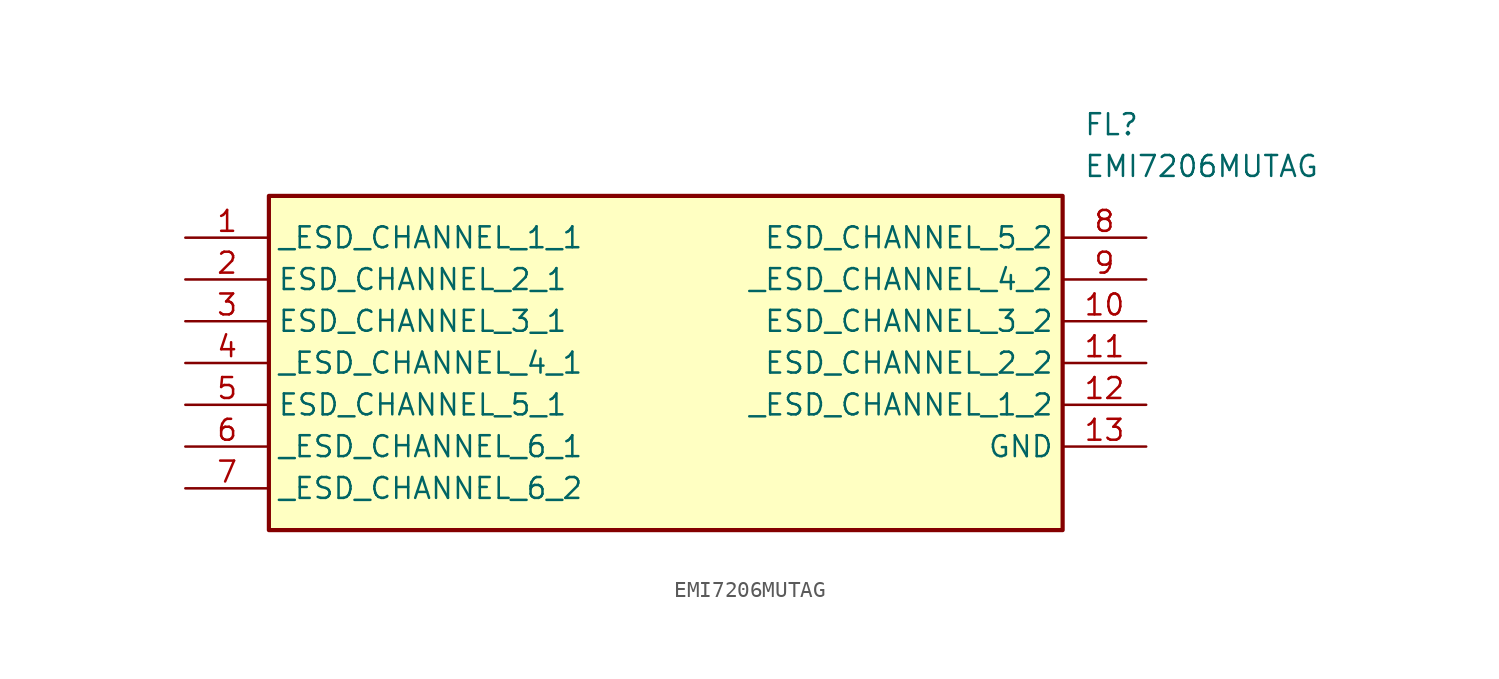
<source format=kicad_sym>
(kicad_symbol_lib
  (version 20211014)
  (generator SamacSys_ECAD_Model)
  (symbol "EMI7206MUTAG"
    (property "Reference" "FL"
      (at 54.61 7.62 0)
      (effects (font (size 1.27 1.27)) (justify left top)))
    (property "Value" "EMI7206MUTAG"
      (at 54.61 5.08 0)
      (effects (font (size 1.27 1.27)) (justify left top)))
    (rectangle
      (start 5.08 2.54)
      (end 53.34 -17.78)
      (stroke (width 0.254) (type default))
      (fill (type background)))
    (pin passive line
      (at 0 0 0)
      (length 5.08)
      (name "_ESD_CHANNEL_1_1" (effects (font (size 1.27 1.27))))
      (number "1" (effects (font (size 1.27 1.27)))))
    (pin passive line
      (at 0 -2.54 0)
      (length 5.08)
      (name "ESD_CHANNEL_2_1" (effects (font (size 1.27 1.27))))
      (number "2" (effects (font (size 1.27 1.27)))))
    (pin passive line
      (at 0 -5.08 0)
      (length 5.08)
      (name "ESD_CHANNEL_3_1" (effects (font (size 1.27 1.27))))
      (number "3" (effects (font (size 1.27 1.27)))))
    (pin passive line
      (at 0 -7.62 0)
      (length 5.08)
      (name "_ESD_CHANNEL_4_1" (effects (font (size 1.27 1.27))))
      (number "4" (effects (font (size 1.27 1.27)))))
    (pin passive line
      (at 0 -10.16 0)
      (length 5.08)
      (name "ESD_CHANNEL_5_1" (effects (font (size 1.27 1.27))))
      (number "5" (effects (font (size 1.27 1.27)))))
    (pin passive line
      (at 0 -12.7 0)
      (length 5.08)
      (name "_ESD_CHANNEL_6_1" (effects (font (size 1.27 1.27))))
      (number "6" (effects (font (size 1.27 1.27)))))
    (pin passive line
      (at 0 -15.24 0)
      (length 5.08)
      (name "_ESD_CHANNEL_6_2" (effects (font (size 1.27 1.27))))
      (number "7" (effects (font (size 1.27 1.27)))))
    (pin passive line
      (at 58.42 0 180)
      (length 5.08)
      (name "ESD_CHANNEL_5_2" (effects (font (size 1.27 1.27))))
      (number "8" (effects (font (size 1.27 1.27)))))
    (pin passive line
      (at 58.42 -2.54 180)
      (length 5.08)
      (name "_ESD_CHANNEL_4_2" (effects (font (size 1.27 1.27))))
      (number "9" (effects (font (size 1.27 1.27)))))
    (pin passive line
      (at 58.42 -5.08 180)
      (length 5.08)
      (name "ESD_CHANNEL_3_2" (effects (font (size 1.27 1.27))))
      (number "10" (effects (font (size 1.27 1.27)))))
    (pin passive line
      (at 58.42 -7.62 180)
      (length 5.08)
      (name "ESD_CHANNEL_2_2" (effects (font (size 1.27 1.27))))
      (number "11" (effects (font (size 1.27 1.27)))))
    (pin passive line
      (at 58.42 -10.16 180)
      (length 5.08)
      (name "_ESD_CHANNEL_1_2" (effects (font (size 1.27 1.27))))
      (number "12" (effects (font (size 1.27 1.27)))))
    (pin passive line
      (at 58.42 -12.7 180)
      (length 5.08)
      (name "GND" (effects (font (size 1.27 1.27))))
      (number "13" (effects (font (size 1.27 1.27)))))))
</source>
